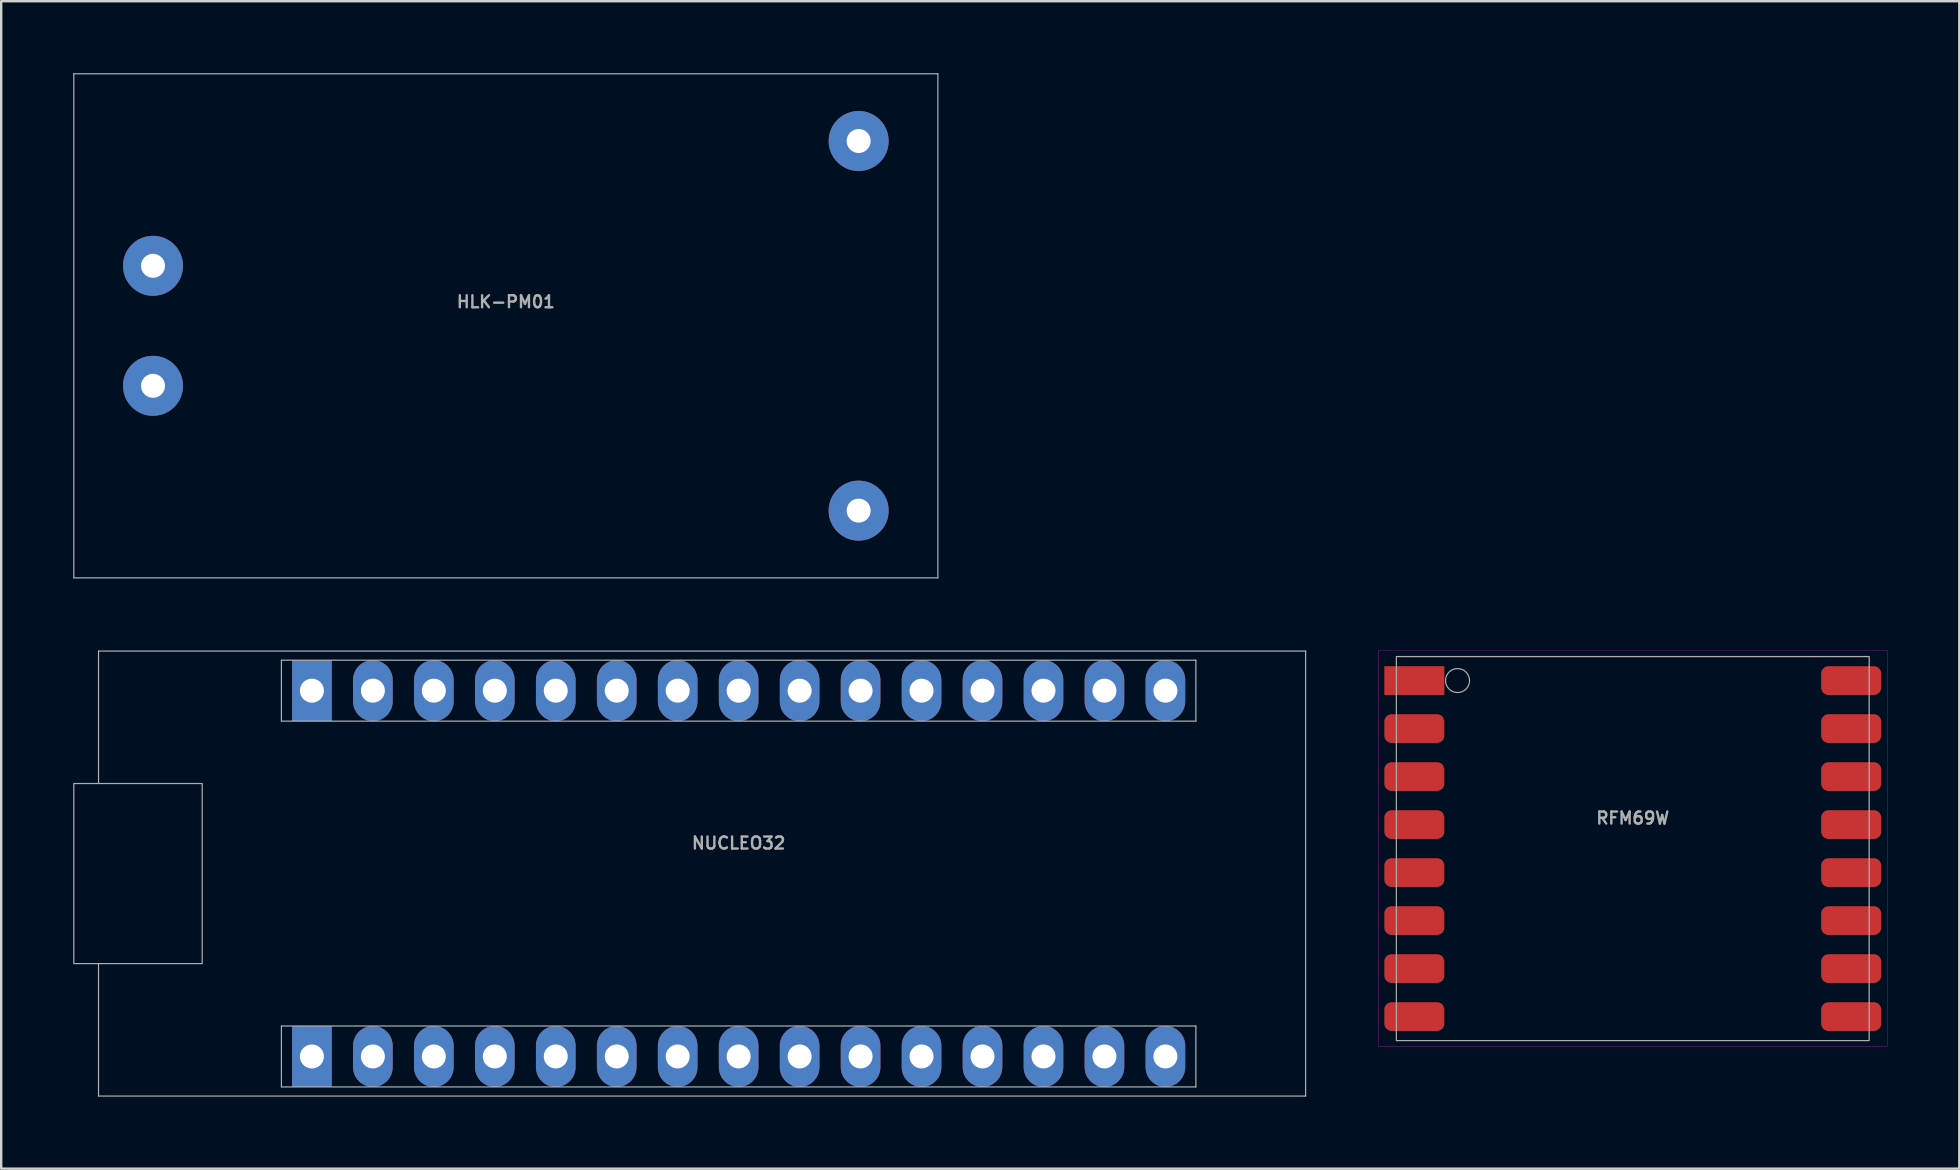
<source format=kicad_pcb>
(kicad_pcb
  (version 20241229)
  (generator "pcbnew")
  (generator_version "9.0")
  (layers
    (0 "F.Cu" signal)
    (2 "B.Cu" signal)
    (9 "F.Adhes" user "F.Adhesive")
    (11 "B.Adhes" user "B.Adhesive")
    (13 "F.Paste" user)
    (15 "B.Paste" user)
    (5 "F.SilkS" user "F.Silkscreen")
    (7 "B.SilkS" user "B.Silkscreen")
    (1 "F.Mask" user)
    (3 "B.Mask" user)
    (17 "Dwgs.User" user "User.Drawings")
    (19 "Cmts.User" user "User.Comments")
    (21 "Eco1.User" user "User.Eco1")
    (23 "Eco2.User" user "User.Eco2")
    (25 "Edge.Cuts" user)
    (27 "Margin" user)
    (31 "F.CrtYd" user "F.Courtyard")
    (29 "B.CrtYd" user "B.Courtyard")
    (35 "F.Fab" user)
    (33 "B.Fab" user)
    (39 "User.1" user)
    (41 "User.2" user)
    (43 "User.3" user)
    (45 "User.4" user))
  (footprint "RFM69W"
    (layer "F.Cu")
    (at 64.977 32.305)
    (property "Reference" "RFM69W" (at 0 -1.27 0) (layer "F.Fab") (effects (font (size 0.5 0.5) (thickness 0.1))))
    (attr smd)
    (fp_rect (start -10.6 -8.25) (end 10.6 8.25) (stroke (width 0.01) (type solid)) (fill no) (layer "F.CrtYd"))
    (fp_rect (start -9.85 -8) (end 9.85 8) (stroke (width 0.05) (type solid)) (fill no) (layer "F.Fab"))
    (fp_circle (center -7.3 -7) (end -6.8 -7) (stroke (width 0.05) (type solid)) (fill no) (layer "F.Fab"))
    (pad "1" smd rect (at -9.1 -7) (size 2.5 1.2) (layers "F.Cu" "F.Mask" "F.Paste"))
    (pad "2" smd roundrect (at -9.1 -5) (size 2.5 1.2) (layers "F.Cu" "F.Mask" "F.Paste") (roundrect_rratio 0.25))
    (pad "3" smd roundrect (at -9.1 -3) (size 2.5 1.2) (layers "F.Cu" "F.Mask" "F.Paste") (roundrect_rratio 0.25))
    (pad "4" smd roundrect (at -9.1 -1) (size 2.5 1.2) (layers "F.Cu" "F.Mask" "F.Paste") (roundrect_rratio 0.25))
    (pad "5" smd roundrect (at -9.1 1) (size 2.5 1.2) (layers "F.Cu" "F.Mask" "F.Paste") (roundrect_rratio 0.25))
    (pad "6" smd roundrect (at -9.1 3) (size 2.5 1.2) (layers "F.Cu" "F.Mask" "F.Paste") (roundrect_rratio 0.25))
    (pad "7" smd roundrect (at -9.1 5) (size 2.5 1.2) (layers "F.Cu" "F.Mask" "F.Paste") (roundrect_rratio 0.25))
    (pad "8" smd roundrect (at -9.1 7) (size 2.5 1.2) (layers "F.Cu" "F.Mask" "F.Paste") (roundrect_rratio 0.25))
    (pad "9" smd roundrect (at 9.1 7) (size 2.5 1.2) (layers "F.Cu" "F.Mask" "F.Paste") (roundrect_rratio 0.25))
    (pad "10" smd roundrect (at 9.1 5) (size 2.5 1.2) (layers "F.Cu" "F.Mask" "F.Paste") (roundrect_rratio 0.25))
    (pad "11" smd roundrect (at 9.1 3) (size 2.5 1.2) (layers "F.Cu" "F.Mask" "F.Paste") (roundrect_rratio 0.25))
    (pad "12" smd roundrect (at 9.1 1) (size 2.5 1.2) (layers "F.Cu" "F.Mask" "F.Paste") (roundrect_rratio 0.25))
    (pad "13" smd roundrect (at 9.1 -1) (size 2.5 1.2) (layers "F.Cu" "F.Mask" "F.Paste") (roundrect_rratio 0.25))
    (pad "14" smd roundrect (at 9.1 -3) (size 2.5 1.2) (layers "F.Cu" "F.Mask" "F.Paste") (roundrect_rratio 0.25))
    (pad "15" smd roundrect (at 9.1 -5) (size 2.5 1.2) (layers "F.Cu" "F.Mask" "F.Paste") (roundrect_rratio 0.25))
    (pad "16" smd roundrect (at 9.1 -7) (size 2.5 1.2) (layers "F.Cu" "F.Mask" "F.Paste") (roundrect_rratio 0.25)))
  (footprint "HLK-PM01"
    (layer "F.Cu")
    (at 18.025 10.525)
    (property "Reference" "HLK-PM01" (at 0 -1 0) (layer "F.Fab") (effects (font (size 0.5 0.5) (thickness 0.1))))
    (attr through_hole)
    (fp_line (start -18 -10.5) (end 18 -10.5) (stroke (width 0.05) (type solid)) (layer "F.Fab"))
    (fp_line (start -18 10.5) (end -18 -10.5) (stroke (width 0.05) (type solid)) (layer "F.Fab"))
    (fp_line (start 18 -10.5) (end 18 10.5) (stroke (width 0.05) (type solid)) (layer "F.Fab"))
    (fp_line (start 18 10.5) (end -18 10.5) (stroke (width 0.05) (type solid)) (layer "F.Fab"))
    (pad "1" thru_hole circle (at -14.7 -2.5) (size 2.5 2.5) (drill 1) (layers "*.Cu" "*.Mask"))
    (pad "2" thru_hole circle (at -14.7 2.5) (size 2.5 2.5) (drill 1) (layers "*.Cu" "*.Mask" "Eco1.User"))
    (pad "3" thru_hole circle (at 14.7 -7.7) (size 2.5 2.5) (drill 1) (layers "*.Cu" "*.Mask"))
    (pad "4" thru_hole circle (at 14.7 7.7) (size 2.5 2.5) (drill 1) (layers "*.Cu" "*.Mask")))
  (footprint "NUCLEO32"
    (layer "F.Cu")
    (at 27.725 33.346)
    (property "Reference" "NUCLEO32" (at 0 -1.27 0) (layer "F.Fab") (effects (font (size 0.5 0.5) (thickness 0.1))))
    (attr through_hole)
    (fp_line (start -26.67 -9.271) (end 23.622 -9.271) (stroke (width 0.05) (type solid)) (layer "F.Fab"))
    (fp_line (start -26.67 -3.75) (end -26.67 -9.271) (stroke (width 0.05) (type solid)) (layer "F.Fab"))
    (fp_line (start -26.67 9.271) (end -26.67 3.75) (stroke (width 0.05) (type solid)) (layer "F.Fab"))
    (fp_line (start -19.05 -8.89) (end -19.05 -6.35) (stroke (width 0.05) (type solid)) (layer "F.Fab"))
    (fp_line (start -19.05 -6.35) (end 19.05 -6.35) (stroke (width 0.05) (type solid)) (layer "F.Fab"))
    (fp_line (start -19.05 6.35) (end -19.05 8.89) (stroke (width 0.05) (type solid)) (layer "F.Fab"))
    (fp_line (start -19.05 8.89) (end 19.05 8.89) (stroke (width 0.05) (type solid)) (layer "F.Fab"))
    (fp_line (start 19.05 -8.89) (end -19.05 -8.89) (stroke (width 0.05) (type solid)) (layer "F.Fab"))
    (fp_line (start 19.05 -6.35) (end 19.05 -8.89) (stroke (width 0.05) (type solid)) (layer "F.Fab"))
    (fp_line (start 19.05 6.35) (end -19.05 6.35) (stroke (width 0.05) (type solid)) (layer "F.Fab"))
    (fp_line (start 19.05 8.89) (end 19.05 6.35) (stroke (width 0.05) (type solid)) (layer "F.Fab"))
    (fp_line (start 23.622 -9.271) (end 23.622 9.271) (stroke (width 0.05) (type solid)) (layer "F.Fab"))
    (fp_line (start 23.622 9.271) (end -26.67 9.271) (stroke (width 0.05) (type solid)) (layer "F.Fab"))
    (fp_rect (start -27.7 -3.75) (end -22.35 3.75) (stroke (width 0.05) (type solid)) (fill no) (layer "F.Fab"))
    (pad "CN3-1" thru_hole rect (at -17.78 7.62 90) (size 2.54 1.651) (drill 1) (layers "*.Cu" "*.Mask"))
    (pad "CN3-2" thru_hole oval (at -15.24 7.62 90) (size 2.54 1.651) (drill 1) (layers "*.Cu" "*.Mask"))
    (pad "CN3-3" thru_hole oval (at -12.7 7.62 90) (size 2.54 1.651) (drill 1) (layers "*.Cu" "*.Mask"))
    (pad "CN3-4" thru_hole oval (at -10.16 7.62 90) (size 2.54 1.651) (drill 1) (layers "*.Cu" "*.Mask"))
    (pad "CN3-5" thru_hole oval (at -7.62 7.62 90) (size 2.54 1.651) (drill 1) (layers "*.Cu" "*.Mask"))
    (pad "CN3-6" thru_hole oval (at -5.08 7.62 90) (size 2.54 1.651) (drill 1) (layers "*.Cu" "*.Mask"))
    (pad "CN3-7" thru_hole oval (at -2.54 7.62 90) (size 2.54 1.651) (drill 1) (layers "*.Cu" "*.Mask"))
    (pad "CN3-8" thru_hole oval (at 0 7.62 90) (size 2.54 1.651) (drill 1) (layers "*.Cu" "*.Mask"))
    (pad "CN3-9" thru_hole oval (at 2.54 7.62 90) (size 2.54 1.651) (drill 1) (layers "*.Cu" "*.Mask"))
    (pad "CN3-10" thru_hole oval (at 5.08 7.62 90) (size 2.54 1.651) (drill 1) (layers "*.Cu" "*.Mask"))
    (pad "CN3-11" thru_hole oval (at 7.62 7.62 90) (size 2.54 1.651) (drill 1) (layers "*.Cu" "*.Mask"))
    (pad "CN3-12" thru_hole oval (at 10.16 7.62 90) (size 2.54 1.651) (drill 1) (layers "*.Cu" "*.Mask"))
    (pad "CN3-13" thru_hole oval (at 12.7 7.62 90) (size 2.54 1.651) (drill 1) (layers "*.Cu" "*.Mask"))
    (pad "CN3-14" thru_hole oval (at 15.24 7.62 90) (size 2.54 1.651) (drill 1) (layers "*.Cu" "*.Mask"))
    (pad "CN3-15" thru_hole oval (at 17.78 7.62 90) (size 2.54 1.651) (drill 1) (layers "*.Cu" "*.Mask"))
    (pad "CN4-1" thru_hole rect (at -17.78 -7.62 90) (size 2.54 1.651) (drill 1) (layers "*.Cu" "*.Mask"))
    (pad "CN4-2" thru_hole oval (at -15.24 -7.62 90) (size 2.54 1.651) (drill 1) (layers "*.Cu" "*.Mask"))
    (pad "CN4-3" thru_hole oval (at -12.7 -7.62 90) (size 2.54 1.651) (drill 1) (layers "*.Cu" "*.Mask"))
    (pad "CN4-4" thru_hole oval (at -10.16 -7.62 90) (size 2.54 1.651) (drill 1) (layers "*.Cu" "*.Mask"))
    (pad "CN4-5" thru_hole oval (at -7.62 -7.62 90) (size 2.54 1.651) (drill 1) (layers "*.Cu" "*.Mask"))
    (pad "CN4-6" thru_hole oval (at -5.08 -7.62 90) (size 2.54 1.651) (drill 1) (layers "*.Cu" "*.Mask"))
    (pad "CN4-7" thru_hole oval (at -2.54 -7.62 90) (size 2.54 1.651) (drill 1) (layers "*.Cu" "*.Mask"))
    (pad "CN4-8" thru_hole oval (at 0 -7.62 90) (size 2.54 1.651) (drill 1) (layers "*.Cu" "*.Mask"))
    (pad "CN4-9" thru_hole oval (at 2.54 -7.62 90) (size 2.54 1.651) (drill 1) (layers "*.Cu" "*.Mask"))
    (pad "CN4-10" thru_hole oval (at 5.08 -7.62 90) (size 2.54 1.651) (drill 1) (layers "*.Cu" "*.Mask"))
    (pad "CN4-11" thru_hole oval (at 7.62 -7.62 90) (size 2.54 1.651) (drill 1) (layers "*.Cu" "*.Mask"))
    (pad "CN4-12" thru_hole oval (at 10.16 -7.62 90) (size 2.54 1.651) (drill 1) (layers "*.Cu" "*.Mask"))
    (pad "CN4-13" thru_hole oval (at 12.7 -7.62 90) (size 2.54 1.651) (drill 1) (layers "*.Cu" "*.Mask"))
    (pad "CN4-14" thru_hole oval (at 15.24 -7.62 90) (size 2.54 1.651) (drill 1) (layers "*.Cu" "*.Mask"))
    (pad "CN4-15" thru_hole oval (at 17.78 -7.62 90) (size 2.54 1.651) (drill 1) (layers "*.Cu" "*.Mask")))
  (gr_rect
    (start -3 -3)
    (end 78.582 45.642)
    (stroke (width 0.1) (type default))
    (fill no)
    (layer "Edge.Cuts")))
</source>
